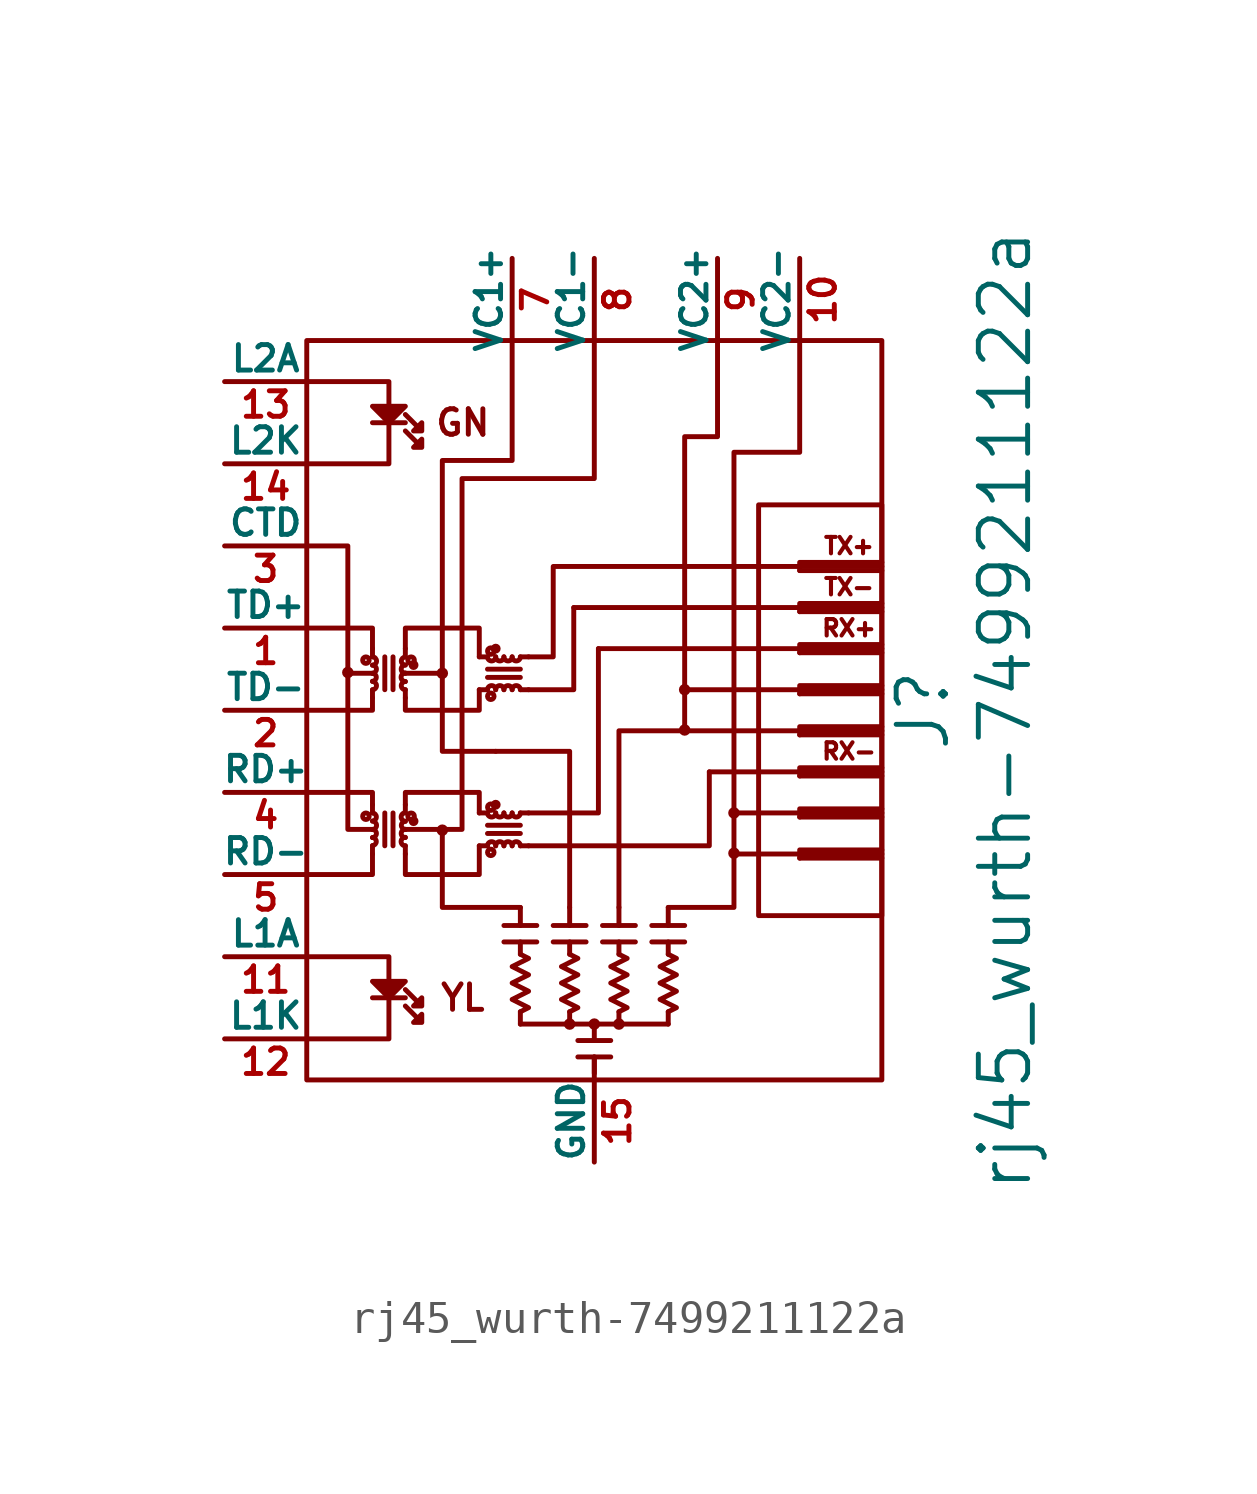
<source format=kicad_sym>
(kicad_symbol_lib
  (version 20220914)
  (generator kicad_symbol_editor)
  (symbol "rj45_wurth-7499211122a"
    (pin_names
      (offset 0))
    (property "Reference" "J"
      (at 11.43 0 90)
      (effects (font (size 1.524 1.524))))
    (property "Value" "rj45_wurth-7499211122a"
      (at 13.97 0 90)
      (effects (font (size 1.524 1.524))))
    (property "Footprint" ""
      (at -7.62 -1.27 0)
      (effects (font (size 1.524 1.524))))
    (symbol "rj45_wurth-7499211122a_0_0"
      (polyline (pts (xy -1.016 -6.096) (xy -1.016 -6.655)) (stroke (width 0) (type solid)) (fill (type none)))
      (polyline (pts (xy 0.508 -6.096) (xy 0.508 -6.655)) (stroke (width 0) (type solid)) (fill (type none)))
      (polyline (pts (xy 1.27 -10.719) (xy 1.27 -11.405)) (stroke (width 0) (type solid)) (fill (type none)))
      (polyline (pts (xy 2.032 -6.096) (xy 2.032 -6.655)) (stroke (width 0) (type solid)) (fill (type none)))
      (polyline (pts (xy 3.556 -6.096) (xy 3.556 -6.655)) (stroke (width 0) (type solid)) (fill (type none)))
      (polyline (pts (xy -3.429 1.143) (xy -3.429 7.722) (xy -1.27 7.722) (xy -1.27 11.455)) (stroke (width 0) (type solid)) (fill (type none)))
      (polyline (pts (xy 5.08 11.455) (xy 5.08 8.458) (xy 4.064 8.458) (xy 4.064 0.635)) (stroke (width 0) (type solid)) (fill (type none)))
      (polyline (pts (xy 1.27 11.455) (xy 1.27 7.163) (xy -2.819 7.163) (xy -2.819 -3.683) (xy -3.429 -3.683)) (stroke (width 0) (type solid)) (fill (type none)))
      (polyline (pts (xy 5.588 -3.175) (xy 5.588 7.976) (xy 7.595 7.976) (xy 7.62 7.976) (xy 7.62 11.455)) (stroke (width 0) (type solid)) (fill (type none)))
      (text "GN" (at -2.794 8.89 0) (effects (font (size 0.787 0.787))))
      (text "RX+" (at 9.144 2.54 0) (effects (font (size 0.508 0.508))))
      (text "RX-" (at 9.144 -1.27 0) (effects (font (size 0.508 0.508))))
      (text "TX+" (at 9.144 5.08 0) (effects (font (size 0.508 0.508))))
      (text "TX-" (at 9.144 3.81 0) (effects (font (size 0.508 0.508))))
      (text "YL" (at -2.794 -8.89 0) (effects (font (size 0.787 0.787)))))
    (symbol "rj45_wurth-7499211122a_0_1"
      (circle (center -6.35 1.168) (radius 0.102) (stroke (width 0) (type solid)) (fill (type none)))
      (circle (center -5.791 -3.277) (radius 0.025) (stroke (width 0) (type solid)) (fill (type none)))
      (circle (center -5.791 1.549) (radius 0.025) (stroke (width 0) (type solid)) (fill (type none)))
      (arc (start -5.588 -4.191) (mid -5.4615 -4.064) (end -5.588 -3.937) (stroke (width 0) (type solid)) (fill (type none)))
      (arc (start -5.588 -3.937) (mid -5.4615 -3.81) (end -5.588 -3.683) (stroke (width 0) (type solid)) (fill (type none)))
      (arc (start -5.588 -3.683) (mid -5.4615 -3.556) (end -5.588 -3.429) (stroke (width 0) (type solid)) (fill (type none)))
      (arc (start -5.588 -3.429) (mid -5.4615 -3.302) (end -5.588 -3.175) (stroke (width 0) (type solid)) (fill (type none)))
      (arc (start -5.588 0.635) (mid -5.4615 0.762) (end -5.588 0.889) (stroke (width 0) (type solid)) (fill (type none)))
      (arc (start -5.588 0.889) (mid -5.4615 1.016) (end -5.588 1.143) (stroke (width 0) (type solid)) (fill (type none)))
      (arc (start -5.588 1.143) (mid -5.4615 1.27) (end -5.588 1.397) (stroke (width 0) (type solid)) (fill (type none)))
      (arc (start -5.588 1.397) (mid -5.4615 1.524) (end -5.588 1.651) (stroke (width 0) (type solid)) (fill (type none)))
      (arc (start -4.572 -3.937) (mid -4.6985 -4.064) (end -4.572 -4.191) (stroke (width 0) (type solid)) (fill (type none)))
      (arc (start -4.572 -3.683) (mid -4.6985 -3.81) (end -4.572 -3.937) (stroke (width 0) (type solid)) (fill (type none)))
      (arc (start -4.572 -3.429) (mid -4.6985 -3.556) (end -4.572 -3.683) (stroke (width 0) (type solid)) (fill (type none)))
      (arc (start -4.572 -3.175) (mid -4.6985 -3.302) (end -4.572 -3.429) (stroke (width 0) (type solid)) (fill (type none)))
      (arc (start -4.572 0.889) (mid -4.6985 0.762) (end -4.572 0.635) (stroke (width 0) (type solid)) (fill (type none)))
      (arc (start -4.572 1.143) (mid -4.6985 1.016) (end -4.572 0.889) (stroke (width 0) (type solid)) (fill (type none)))
      (arc (start -4.572 1.397) (mid -4.6985 1.27) (end -4.572 1.143) (stroke (width 0) (type solid)) (fill (type none)))
      (arc (start -4.572 1.651) (mid -4.6985 1.524) (end -4.572 1.397) (stroke (width 0) (type solid)) (fill (type none)))
      (circle (center -4.394 -3.277) (radius 0.025) (stroke (width 0) (type solid)) (fill (type none)))
      (circle (center -4.394 1.549) (radius 0.025) (stroke (width 0) (type solid)) (fill (type none)))
      (circle (center -4.318 -3.429) (radius 0.0001) (stroke (width 0) (type solid)) (fill (type none)))
      (circle (center -4.318 1.397) (radius 0.0001) (stroke (width 0) (type solid)) (fill (type none)))
      (circle (center -3.429 -3.708) (radius 0.102) (stroke (width 0) (type solid)) (fill (type none)))
      (circle (center -3.429 1.143) (radius 0.102) (stroke (width 0) (type solid)) (fill (type none)))
      (arc (start -2.032 -3.175) (mid -1.905 -3.3015) (end -1.778 -3.175) (stroke (width 0) (type solid)) (fill (type none)))
      (arc (start -2.032 1.651) (mid -1.905 1.5245) (end -1.778 1.651) (stroke (width 0) (type solid)) (fill (type none)))
      (circle (center -1.93 -4.394) (radius 0.025) (stroke (width 0) (type solid)) (fill (type none)))
      (circle (center -1.93 -2.997) (radius 0.025) (stroke (width 0) (type solid)) (fill (type none)))
      (circle (center -1.93 0.432) (radius 0.025) (stroke (width 0) (type solid)) (fill (type none)))
      (circle (center -1.93 1.829) (radius 0.025) (stroke (width 0) (type solid)) (fill (type none)))
      (arc (start -1.778 -4.191) (mid -1.905 -4.0645) (end -2.032 -4.191) (stroke (width 0) (type solid)) (fill (type none)))
      (arc (start -1.778 -3.175) (mid -1.651 -3.3015) (end -1.524 -3.175) (stroke (width 0) (type solid)) (fill (type none)))
      (circle (center -1.778 -2.921) (radius 0.0001) (stroke (width 0) (type solid)) (fill (type none)))
      (arc (start -1.778 0.635) (mid -1.905 0.7615) (end -2.032 0.635) (stroke (width 0) (type solid)) (fill (type none)))
      (arc (start -1.778 1.651) (mid -1.651 1.5245) (end -1.524 1.651) (stroke (width 0) (type solid)) (fill (type none)))
      (circle (center -1.778 1.905) (radius 0.0001) (stroke (width 0) (type solid)) (fill (type none)))
      (arc (start -1.524 -4.191) (mid -1.651 -4.0645) (end -1.778 -4.191) (stroke (width 0) (type solid)) (fill (type none)))
      (arc (start -1.524 -3.175) (mid -1.397 -3.3015) (end -1.27 -3.175) (stroke (width 0) (type solid)) (fill (type none)))
      (arc (start -1.524 0.635) (mid -1.651 0.7615) (end -1.778 0.635) (stroke (width 0) (type solid)) (fill (type none)))
      (arc (start -1.524 1.651) (mid -1.397 1.5245) (end -1.27 1.651) (stroke (width 0) (type solid)) (fill (type none)))
      (arc (start -1.27 -4.191) (mid -1.397 -4.0645) (end -1.524 -4.191) (stroke (width 0) (type solid)) (fill (type none)))
      (arc (start -1.27 -3.175) (mid -1.143 -3.3015) (end -1.016 -3.175) (stroke (width 0) (type solid)) (fill (type none)))
      (arc (start -1.27 0.635) (mid -1.397 0.7615) (end -1.524 0.635) (stroke (width 0) (type solid)) (fill (type none)))
      (arc (start -1.27 1.651) (mid -1.143 1.5245) (end -1.016 1.651) (stroke (width 0) (type solid)) (fill (type none)))
      (arc (start -1.016 -4.191) (mid -1.143 -4.0645) (end -1.27 -4.191) (stroke (width 0) (type solid)) (fill (type none)))
      (arc (start -1.016 0.635) (mid -1.143 0.7615) (end -1.27 0.635) (stroke (width 0) (type solid)) (fill (type none)))
      (polyline (pts (xy -6.35 1.143) (xy -5.588 1.143)) (stroke (width 0) (type solid)) (fill (type none)))
      (polyline (pts (xy -5.588 -8.89) (xy -4.572 -8.89)) (stroke (width 0) (type solid)) (fill (type none)))
      (polyline (pts (xy -5.588 -4.191) (xy -5.588 -4.445)) (stroke (width 0) (type solid)) (fill (type none)))
      (polyline (pts (xy -5.588 -2.921) (xy -5.588 -3.175)) (stroke (width 0) (type solid)) (fill (type none)))
      (polyline (pts (xy -5.588 0.635) (xy -5.588 0.381)) (stroke (width 0) (type solid)) (fill (type none)))
      (polyline (pts (xy -5.588 1.905) (xy -5.588 1.651)) (stroke (width 0) (type solid)) (fill (type none)))
      (polyline (pts (xy -5.588 8.89) (xy -4.572 8.89)) (stroke (width 0) (type solid)) (fill (type none)))
      (polyline (pts (xy -5.207 -4.191) (xy -5.207 -3.175)) (stroke (width 0) (type solid)) (fill (type none)))
      (polyline (pts (xy -5.207 0.635) (xy -5.207 1.651)) (stroke (width 0) (type solid)) (fill (type none)))
      (polyline (pts (xy -4.953 -3.175) (xy -4.953 -4.191)) (stroke (width 0) (type solid)) (fill (type none)))
      (polyline (pts (xy -4.953 1.651) (xy -4.953 0.635)) (stroke (width 0) (type solid)) (fill (type none)))
      (polyline (pts (xy -4.572 -4.191) (xy -4.572 -4.445)) (stroke (width 0) (type solid)) (fill (type none)))
      (polyline (pts (xy -4.572 -2.921) (xy -4.572 -3.175)) (stroke (width 0) (type solid)) (fill (type none)))
      (polyline (pts (xy -4.572 0.635) (xy -4.572 0.381)) (stroke (width 0) (type solid)) (fill (type none)))
      (polyline (pts (xy -4.572 1.905) (xy -4.572 1.651)) (stroke (width 0) (type solid)) (fill (type none)))
      (polyline (pts (xy -2.286 -4.191) (xy -2.032 -4.191)) (stroke (width 0) (type solid)) (fill (type none)))
      (polyline (pts (xy -2.286 -3.175) (xy -2.032 -3.175)) (stroke (width 0) (type solid)) (fill (type none)))
      (polyline (pts (xy -2.286 0.635) (xy -2.032 0.635)) (stroke (width 0) (type solid)) (fill (type none)))
      (polyline (pts (xy -2.286 1.651) (xy -2.032 1.651)) (stroke (width 0) (type solid)) (fill (type none)))
      (polyline (pts (xy -2.032 -3.556) (xy -1.016 -3.556)) (stroke (width 0) (type solid)) (fill (type none)))
      (polyline (pts (xy -2.032 1.27) (xy -1.016 1.27)) (stroke (width 0) (type solid)) (fill (type none)))
      (polyline (pts (xy -1.524 -6.655) (xy -0.508 -6.655)) (stroke (width 0) (type solid)) (fill (type none)))
      (polyline (pts (xy -1.016 -9.703) (xy -1.016 -9.322)) (stroke (width 0) (type solid)) (fill (type none)))
      (polyline (pts (xy -1.016 -7.544) (xy -1.016 -7.163)) (stroke (width 0) (type solid)) (fill (type none)))
      (polyline (pts (xy -1.016 -4.191) (xy -0.762 -4.191)) (stroke (width 0) (type solid)) (fill (type none)))
      (polyline (pts (xy -1.016 -3.81) (xy -2.032 -3.81)) (stroke (width 0) (type solid)) (fill (type none)))
      (polyline (pts (xy -1.016 -3.175) (xy -0.762 -3.175)) (stroke (width 0) (type solid)) (fill (type none)))
      (polyline (pts (xy -1.016 0.635) (xy -0.762 0.635)) (stroke (width 0) (type solid)) (fill (type none)))
      (polyline (pts (xy -1.016 1.016) (xy -2.032 1.016)) (stroke (width 0) (type solid)) (fill (type none)))
      (polyline (pts (xy -1.016 1.651) (xy -0.762 1.651)) (stroke (width 0) (type solid)) (fill (type none)))
      (polyline (pts (xy -0.508 -7.163) (xy -1.524 -7.163)) (stroke (width 0) (type solid)) (fill (type none)))
      (polyline (pts (xy 0 -6.655) (xy 1.016 -6.655)) (stroke (width 0) (type solid)) (fill (type none)))
      (polyline (pts (xy 0.508 -9.703) (xy 0.508 -9.322)) (stroke (width 0) (type solid)) (fill (type none)))
      (polyline (pts (xy 0.508 -7.544) (xy 0.508 -7.163)) (stroke (width 0) (type solid)) (fill (type none)))
      (polyline (pts (xy 0.762 -10.211) (xy 1.778 -10.211)) (stroke (width 0) (type solid)) (fill (type none)))
      (polyline (pts (xy 1.016 -7.163) (xy 0 -7.163)) (stroke (width 0) (type solid)) (fill (type none)))
      (polyline (pts (xy 1.27 -10.719) (xy 1.27 -11.227)) (stroke (width 0) (type solid)) (fill (type none)))
      (polyline (pts (xy 1.27 -9.703) (xy 1.27 -10.211)) (stroke (width 0) (type solid)) (fill (type none)))
      (polyline (pts (xy 1.524 -6.655) (xy 2.54 -6.655)) (stroke (width 0) (type solid)) (fill (type none)))
      (polyline (pts (xy 1.778 -10.719) (xy 0.762 -10.719)) (stroke (width 0) (type solid)) (fill (type none)))
      (polyline (pts (xy 2.032 -9.703) (xy 2.032 -9.322)) (stroke (width 0) (type solid)) (fill (type none)))
      (polyline (pts (xy 2.032 -7.544) (xy 2.032 -7.163)) (stroke (width 0) (type solid)) (fill (type none)))
      (polyline (pts (xy 2.54 -7.163) (xy 1.524 -7.163)) (stroke (width 0) (type solid)) (fill (type none)))
      (polyline (pts (xy 3.048 -6.655) (xy 4.064 -6.655)) (stroke (width 0) (type solid)) (fill (type none)))
      (polyline (pts (xy 3.556 -9.703) (xy -1.016 -9.703)) (stroke (width 0) (type solid)) (fill (type none)))
      (polyline (pts (xy 3.556 -9.703) (xy 3.556 -9.322)) (stroke (width 0) (type solid)) (fill (type none)))
      (polyline (pts (xy 3.556 -7.544) (xy 3.556 -7.163)) (stroke (width 0) (type solid)) (fill (type none)))
      (polyline (pts (xy 4.064 -7.163) (xy 3.048 -7.163)) (stroke (width 0) (type solid)) (fill (type none)))
      (polyline (pts (xy 4.064 0.635) (xy 4.064 -0.635)) (stroke (width 0) (type solid)) (fill (type none)))
      (polyline (pts (xy 7.62 -4.572) (xy 10.16 -4.572)) (stroke (width 0) (type solid)) (fill (type none)))
      (polyline (pts (xy 7.62 -4.445) (xy 5.588 -4.445)) (stroke (width 0) (type solid)) (fill (type none)))
      (polyline (pts (xy 7.62 -4.445) (xy 10.16 -4.445)) (stroke (width 0) (type solid)) (fill (type none)))
      (polyline (pts (xy 7.62 -3.302) (xy 10.16 -3.302)) (stroke (width 0) (type solid)) (fill (type none)))
      (polyline (pts (xy 7.62 -3.175) (xy 10.16 -3.175)) (stroke (width 0) (type solid)) (fill (type none)))
      (polyline (pts (xy 7.62 -2.032) (xy 10.16 -2.032)) (stroke (width 0) (type solid)) (fill (type none)))
      (polyline (pts (xy 7.62 -1.905) (xy 4.826 -1.905)) (stroke (width 0) (type solid)) (fill (type none)))
      (polyline (pts (xy 7.62 -1.905) (xy 10.16 -1.905)) (stroke (width 0) (type solid)) (fill (type none)))
      (polyline (pts (xy 7.62 -0.762) (xy 10.16 -0.762)) (stroke (width 0) (type solid)) (fill (type none)))
      (polyline (pts (xy 7.62 -0.635) (xy 4.064 -0.635)) (stroke (width 0) (type solid)) (fill (type none)))
      (polyline (pts (xy 7.62 -0.635) (xy 10.16 -0.635)) (stroke (width 0) (type solid)) (fill (type none)))
      (polyline (pts (xy 7.62 0.508) (xy 10.16 0.508)) (stroke (width 0) (type solid)) (fill (type none)))
      (polyline (pts (xy 7.62 0.635) (xy 4.064 0.635)) (stroke (width 0) (type solid)) (fill (type none)))
      (polyline (pts (xy 7.62 0.635) (xy 10.16 0.635)) (stroke (width 0) (type solid)) (fill (type none)))
      (polyline (pts (xy 7.62 1.778) (xy 10.16 1.778)) (stroke (width 0) (type solid)) (fill (type none)))
      (polyline (pts (xy 7.62 1.905) (xy 1.397 1.905)) (stroke (width 0) (type solid)) (fill (type none)))
      (polyline (pts (xy 7.62 1.905) (xy 10.16 1.905)) (stroke (width 0) (type solid)) (fill (type none)))
      (polyline (pts (xy 7.62 3.048) (xy 10.16 3.048)) (stroke (width 0) (type solid)) (fill (type none)))
      (polyline (pts (xy 7.62 3.175) (xy 0.635 3.175)) (stroke (width 0) (type solid)) (fill (type none)))
      (polyline (pts (xy 7.62 3.175) (xy 10.16 3.175)) (stroke (width 0) (type solid)) (fill (type none)))
      (polyline (pts (xy 7.62 4.318) (xy 10.16 4.318)) (stroke (width 0) (type solid)) (fill (type none)))
      (polyline (pts (xy 7.62 4.445) (xy 10.16 4.445)) (stroke (width 0) (type solid)) (fill (type none)))
      (polyline (pts (xy -7.62 -2.54) (xy -5.588 -2.54) (xy -5.588 -2.921)) (stroke (width 0) (type solid)) (fill (type none)))
      (polyline (pts (xy -7.62 0) (xy -5.588 0) (xy -5.588 0.381)) (stroke (width 0) (type solid)) (fill (type none)))
      (polyline (pts (xy -7.62 2.54) (xy -5.588 2.54) (xy -5.588 1.905)) (stroke (width 0) (type solid)) (fill (type none)))
      (polyline (pts (xy -6.35 1.143) (xy -6.35 -3.683) (xy -5.588 -3.683)) (stroke (width 0) (type solid)) (fill (type none)))
      (polyline (pts (xy -6.35 1.143) (xy -6.35 5.08) (xy -7.62 5.08)) (stroke (width 0) (type solid)) (fill (type none)))
      (polyline (pts (xy -5.588 -4.445) (xy -5.588 -5.08) (xy -7.62 -5.08)) (stroke (width 0) (type solid)) (fill (type none)))
      (polyline (pts (xy -5.08 -8.89) (xy -5.08 -10.16) (xy -7.62 -10.16)) (stroke (width 0) (type solid)) (fill (type none)))
      (polyline (pts (xy -5.08 -8.382) (xy -5.08 -7.62) (xy -7.62 -7.62)) (stroke (width 0) (type solid)) (fill (type none)))
      (polyline (pts (xy -5.08 8.89) (xy -5.08 7.62) (xy -7.62 7.62)) (stroke (width 0) (type solid)) (fill (type none)))
      (polyline (pts (xy -5.08 9.398) (xy -5.08 10.16) (xy -7.62 10.16)) (stroke (width 0) (type solid)) (fill (type none)))
      (polyline (pts (xy 0.508 -6.096) (xy 0.508 -1.27) (xy -1.778 -1.27)) (stroke (width 0) (type solid)) (fill (type none)))
      (polyline (pts (xy 0.635 3.175) (xy 0.635 0.635) (xy -0.762 0.635)) (stroke (width 0) (type solid)) (fill (type none)))
      (polyline (pts (xy 1.397 1.905) (xy 1.397 -3.175) (xy -0.762 -3.175)) (stroke (width 0) (type solid)) (fill (type none)))
      (polyline (pts (xy 2.032 -6.096) (xy 2.032 -0.635) (xy 4.064 -0.635)) (stroke (width 0) (type solid)) (fill (type none)))
      (polyline (pts (xy 3.556 -6.096) (xy 5.588 -6.096) (xy 5.588 -4.445)) (stroke (width 0) (type solid)) (fill (type none)))
      (polyline (pts (xy 4.826 -1.905) (xy 4.826 -4.191) (xy -0.762 -4.191)) (stroke (width 0) (type solid)) (fill (type none)))
      (polyline (pts (xy 5.588 -4.445) (xy 5.588 -3.175) (xy 7.62 -3.175)) (stroke (width 0) (type solid)) (fill (type none)))
      (polyline (pts (xy 7.62 -4.572) (xy 7.62 -4.318) (xy 10.16 -4.318)) (stroke (width 0) (type solid)) (fill (type none)))
      (polyline (pts (xy 7.62 -3.302) (xy 7.62 -3.048) (xy 10.16 -3.048)) (stroke (width 0) (type solid)) (fill (type none)))
      (polyline (pts (xy 7.62 -2.032) (xy 7.62 -1.778) (xy 10.16 -1.778)) (stroke (width 0) (type solid)) (fill (type none)))
      (polyline (pts (xy 7.62 -0.762) (xy 7.62 -0.508) (xy 10.16 -0.508)) (stroke (width 0) (type solid)) (fill (type none)))
      (polyline (pts (xy 7.62 0.508) (xy 7.62 0.762) (xy 10.16 0.762)) (stroke (width 0) (type solid)) (fill (type none)))
      (polyline (pts (xy 7.62 1.778) (xy 7.62 2.032) (xy 10.16 2.032)) (stroke (width 0) (type solid)) (fill (type none)))
      (polyline (pts (xy 7.62 3.048) (xy 7.62 3.302) (xy 10.16 3.302)) (stroke (width 0) (type solid)) (fill (type none)))
      (polyline (pts (xy 7.62 4.318) (xy 7.62 4.572) (xy 10.16 4.572)) (stroke (width 0) (type solid)) (fill (type none)))
      (polyline (pts (xy -5.588 -8.382) (xy -5.08 -8.89) (xy -4.572 -8.382) (xy -5.588 -8.382)) (stroke (width 0) (type solid)) (fill (type outline)))
      (polyline (pts (xy -5.588 9.398) (xy -5.08 8.89) (xy -4.572 9.398) (xy -5.588 9.398)) (stroke (width 0) (type solid)) (fill (type outline)))
      (polyline (pts (xy -4.572 -4.445) (xy -4.572 -5.08) (xy -2.286 -5.08) (xy -2.286 -4.191)) (stroke (width 0) (type solid)) (fill (type none)))
      (polyline (pts (xy -4.572 -3.683) (xy -3.429 -3.683) (xy -3.429 -6.096) (xy -1.016 -6.096)) (stroke (width 0) (type solid)) (fill (type none)))
      (polyline (pts (xy -4.572 -2.921) (xy -4.572 -2.54) (xy -2.286 -2.54) (xy -2.286 -3.175)) (stroke (width 0) (type solid)) (fill (type none)))
      (polyline (pts (xy -4.572 0.381) (xy -4.572 0) (xy -2.286 0) (xy -2.286 0.635)) (stroke (width 0) (type solid)) (fill (type none)))
      (polyline (pts (xy -4.572 1.143) (xy -3.429 1.143) (xy -3.429 -1.27) (xy -1.778 -1.27)) (stroke (width 0) (type solid)) (fill (type none)))
      (polyline (pts (xy -4.572 1.905) (xy -4.572 2.54) (xy -2.286 2.54) (xy -2.286 1.651)) (stroke (width 0) (type solid)) (fill (type none)))
      (polyline (pts (xy 7.62 4.445) (xy 0 4.445) (xy 0 1.651) (xy -0.762 1.651)) (stroke (width 0) (type solid)) (fill (type none)))
      (polyline (pts (xy -4.572 -9.144) (xy -4.064 -9.652) (xy -4.064 -9.398) (xy -4.318 -9.652) (xy -4.064 -9.652)) (stroke (width 0) (type solid)) (fill (type none)))
      (polyline (pts (xy -4.572 -8.636) (xy -4.064 -9.144) (xy -4.064 -8.89) (xy -4.318 -9.144) (xy -4.064 -9.144)) (stroke (width 0) (type solid)) (fill (type none)))
      (polyline (pts (xy -4.572 8.636) (xy -4.064 8.128) (xy -4.064 8.382) (xy -4.318 8.128) (xy -4.064 8.128)) (stroke (width 0) (type solid)) (fill (type none)))
      (polyline (pts (xy -4.572 9.144) (xy -4.064 8.636) (xy -4.064 8.89) (xy -4.318 8.636) (xy -4.064 8.636)) (stroke (width 0) (type solid)) (fill (type none)))
      (polyline (pts (xy -1.016 -7.544) (xy -0.762 -7.671) (xy -1.27 -7.925) (xy -0.762 -8.179) (xy -1.27 -8.433) (xy -0.762 -8.687) (xy -1.27 -8.941) (xy -0.762 -9.195) (xy -1.016 -9.322)) (stroke (width 0) (type solid)) (fill (type none)))
      (polyline (pts (xy 0.508 -7.544) (xy 0.762 -7.671) (xy 0.254 -7.925) (xy 0.762 -8.179) (xy 0.254 -8.433) (xy 0.762 -8.687) (xy 0.254 -8.941) (xy 0.762 -9.195) (xy 0.508 -9.322)) (stroke (width 0) (type solid)) (fill (type none)))
      (polyline (pts (xy 2.032 -7.544) (xy 2.286 -7.671) (xy 1.778 -7.925) (xy 2.286 -8.179) (xy 1.778 -8.433) (xy 2.286 -8.687) (xy 1.778 -8.941) (xy 2.286 -9.195) (xy 2.032 -9.322)) (stroke (width 0) (type solid)) (fill (type none)))
      (polyline (pts (xy 3.556 -7.544) (xy 3.81 -7.671) (xy 3.302 -7.925) (xy 3.81 -8.179) (xy 3.302 -8.433) (xy 3.81 -8.687) (xy 3.302 -8.941) (xy 3.81 -9.195) (xy 3.556 -9.322)) (stroke (width 0) (type solid)) (fill (type none)))
      (circle (center 0.508 -9.703) (radius 0.102) (stroke (width 0) (type solid)) (fill (type none)))
      (circle (center 1.27 -9.703) (radius 0.102) (stroke (width 0) (type solid)) (fill (type none)))
      (circle (center 2.032 -9.703) (radius 0.102) (stroke (width 0) (type solid)) (fill (type none)))
      (circle (center 4.064 -0.61) (radius 0.102) (stroke (width 0) (type solid)) (fill (type none)))
      (circle (center 4.064 0.635) (radius 0.102) (stroke (width 0) (type solid)) (fill (type none)))
      (circle (center 5.588 -4.42) (radius 0.102) (stroke (width 0) (type solid)) (fill (type none)))
      (circle (center 5.588 -3.175) (radius 0.102) (stroke (width 0) (type solid)) (fill (type none)))
      (rectangle (start 10.16 6.35) (end 6.35 -6.35) (stroke (width 0) (type solid)) (fill (type none)))
      (rectangle (start 10.16 11.43) (end -7.62 -11.43) (stroke (width 0) (type solid)) (fill (type none))))
    (symbol "rj45_wurth-7499211122a_1_1"
      (pin passive line (at -10.16 2.54 0) (length 2.54) (name "TD+" (effects (font (size 0.787 0.787)))) (number "1" (effects (font (size 0.787 0.787)))))
      (pin passive line (at 7.62 13.97 270) (length 2.54) (name "VC2-" (effects (font (size 0.787 0.787)))) (number "10" (effects (font (size 0.787 0.787)))))
      (pin passive line (at -10.16 -7.62 0) (length 2.54) (name "L1A" (effects (font (size 0.787 0.787)))) (number "11" (effects (font (size 0.787 0.787)))))
      (pin passive line (at -10.16 -10.16 0) (length 2.54) (name "L1K" (effects (font (size 0.787 0.787)))) (number "12" (effects (font (size 0.787 0.787)))))
      (pin passive line (at -10.16 10.16 0) (length 2.54) (name "L2A" (effects (font (size 0.787 0.787)))) (number "13" (effects (font (size 0.787 0.787)))))
      (pin passive line (at -10.16 7.62 0) (length 2.54) (name "L2K" (effects (font (size 0.787 0.787)))) (number "14" (effects (font (size 0.787 0.787)))))
      (pin passive line (at 1.27 -13.97 90) (length 2.54) (name "GND" (effects (font (size 0.787 0.787)))) (number "15" (effects (font (size 0.787 0.787)))))
      (pin passive line (at -10.16 0 0) (length 2.54) (name "TD-" (effects (font (size 0.787 0.787)))) (number "2" (effects (font (size 0.787 0.787)))))
      (pin passive line (at -10.16 5.08 0) (length 2.54) (name "CTD" (effects (font (size 0.787 0.787)))) (number "3" (effects (font (size 0.787 0.787)))))
      (pin passive line (at -10.16 -2.54 0) (length 2.54) (name "RD+" (effects (font (size 0.787 0.787)))) (number "4" (effects (font (size 0.787 0.787)))))
      (pin passive line (at -10.16 -5.08 0) (length 2.54) (name "RD-" (effects (font (size 0.787 0.787)))) (number "5" (effects (font (size 0.787 0.787)))))
      (pin passive line (at -1.27 13.97 270) (length 2.54) (name "VC1+" (effects (font (size 0.787 0.787)))) (number "7" (effects (font (size 0.787 0.787)))))
      (pin passive line (at 1.27 13.97 270) (length 2.54) (name "VC1-" (effects (font (size 0.787 0.787)))) (number "8" (effects (font (size 0.787 0.787)))))
      (pin passive line (at 5.08 13.97 270) (length 2.54) (name "VC2+" (effects (font (size 0.787 0.787)))) (number "9" (effects (font (size 0.787 0.787))))))))
</source>
